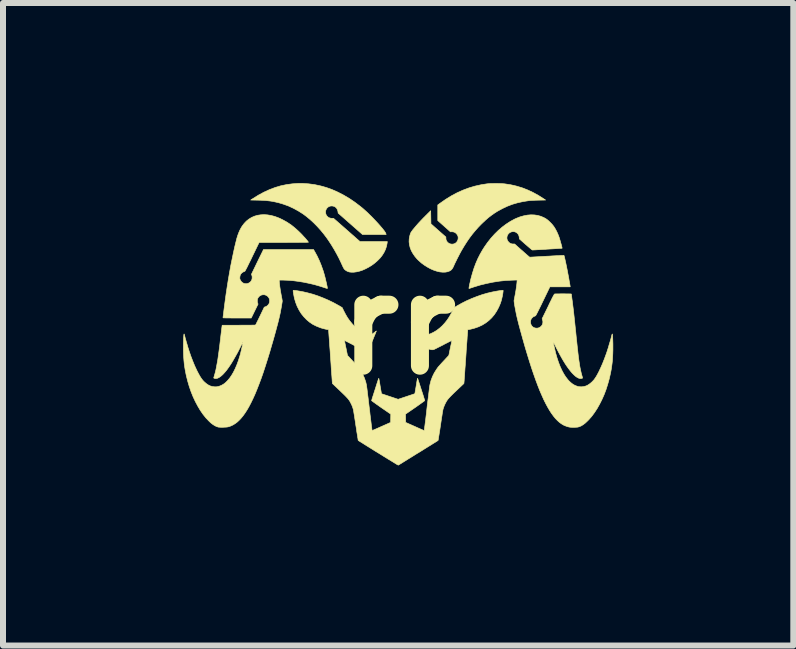
<source format=kicad_pcb>
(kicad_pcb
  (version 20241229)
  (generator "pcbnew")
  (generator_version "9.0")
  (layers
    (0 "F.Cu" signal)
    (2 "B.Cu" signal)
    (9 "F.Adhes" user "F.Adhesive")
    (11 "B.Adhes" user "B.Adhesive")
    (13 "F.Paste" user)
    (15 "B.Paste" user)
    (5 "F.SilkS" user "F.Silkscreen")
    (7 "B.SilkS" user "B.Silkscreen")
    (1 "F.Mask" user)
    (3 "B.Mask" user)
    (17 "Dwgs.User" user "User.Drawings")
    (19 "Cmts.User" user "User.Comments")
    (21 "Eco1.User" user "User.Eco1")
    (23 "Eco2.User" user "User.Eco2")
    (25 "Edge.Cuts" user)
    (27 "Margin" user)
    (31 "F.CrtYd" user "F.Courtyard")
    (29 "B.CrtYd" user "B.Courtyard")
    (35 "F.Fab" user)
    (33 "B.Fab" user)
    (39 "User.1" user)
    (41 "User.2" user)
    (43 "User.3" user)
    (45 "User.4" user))
  (footprint "rr"
    (layer "F.Cu")
    (at 3.582 2.352)
    (property "Reference" "rr" (at 0 0 0) (layer "F.SilkS") (effects (font (size 1.524 1.524) (thickness 0.3))))
    (attr through_hole)
    (fp_poly (pts (xy -1.591 -2.347) (xy -1.491 -2.34) (xy -1.392 -2.327) (xy -1.294 -2.306) (xy -1.197 -2.279) (xy -1.1 -2.244) (xy -1.005 -2.202) (xy -0.91 -2.153) (xy -0.815 -2.097) (xy -0.722 -2.034) (xy -0.629 -1.963) (xy -0.593 -1.934) (xy -0.567 -1.911) (xy -0.538 -1.885) (xy -0.507 -1.857) (xy -0.476 -1.826) (xy -0.444 -1.795) (xy -0.412 -1.762) (xy -0.381 -1.729) (xy -0.35 -1.696) (xy -0.321 -1.664) (xy -0.295 -1.634) (xy -0.27 -1.605) (xy -0.249 -1.579) (xy -0.231 -1.556) (xy -0.218 -1.537) (xy -0.209 -1.522) (xy -0.207 -1.517) (xy -0.203 -1.506) (xy -0.2 -1.499) (xy -0.2 -1.497) (xy -0.203 -1.496) (xy -0.213 -1.496) (xy -0.229 -1.496) (xy -0.251 -1.496) (xy -0.277 -1.495) (xy -0.306 -1.495) (xy -0.34 -1.495) (xy -0.376 -1.495) (xy -0.396 -1.495) (xy -0.593 -1.495) (xy -1 -1.853) (xy -1.002 -1.874) (xy -1.009 -1.902) (xy -1.021 -1.927) (xy -1.037 -1.946) (xy -1.058 -1.961) (xy -1.083 -1.969) (xy -1.105 -1.972) (xy -1.132 -1.969) (xy -1.156 -1.96) (xy -1.177 -1.945) (xy -1.193 -1.926) (xy -1.204 -1.903) (xy -1.209 -1.877) (xy -1.209 -1.869) (xy -1.206 -1.843) (xy -1.197 -1.819) (xy -1.182 -1.799) (xy -1.179 -1.796) (xy -1.16 -1.78) (xy -1.139 -1.771) (xy -1.115 -1.766) (xy -1.104 -1.766) (xy -1.077 -1.766) (xy -0.857 -1.573) (xy -0.637 -1.379) (xy -0.409 -1.379) (xy -0.181 -1.379) (xy -0.183 -1.356) (xy -0.193 -1.304) (xy -0.209 -1.253) (xy -0.232 -1.203) (xy -0.262 -1.154) (xy -0.298 -1.107) (xy -0.341 -1.063) (xy -0.39 -1.02) (xy -0.444 -0.98) (xy -0.446 -0.979) (xy -0.496 -0.949) (xy -0.546 -0.923) (xy -0.596 -0.901) (xy -0.645 -0.885) (xy -0.693 -0.874) (xy -0.738 -0.868) (xy -0.781 -0.868) (xy -0.811 -0.871) (xy -0.834 -0.878) (xy -0.858 -0.889) (xy -0.879 -0.903) (xy -0.89 -0.912) (xy -0.901 -0.925) (xy -0.911 -0.942) (xy -0.922 -0.964) (xy -0.953 -1.032) (xy -0.987 -1.103) (xy -1.025 -1.175) (xy -1.065 -1.246) (xy -1.106 -1.314) (xy -1.148 -1.379) (xy -1.185 -1.433) (xy -1.236 -1.501) (xy -1.29 -1.567) (xy -1.347 -1.63) (xy -1.406 -1.69) (xy -1.466 -1.745) (xy -1.526 -1.795) (xy -1.582 -1.837) (xy -1.661 -1.887) (xy -1.743 -1.932) (xy -1.827 -1.971) (xy -1.913 -2.002) (xy -1.994 -2.026) (xy -2.038 -2.036) (xy -2.079 -2.045) (xy -2.12 -2.052) (xy -2.161 -2.057) (xy -2.205 -2.062) (xy -2.252 -2.065) (xy -2.303 -2.067) (xy -2.343 -2.068) (xy -2.456 -2.07) (xy -2.415 -2.097) (xy -2.325 -2.153) (xy -2.234 -2.202) (xy -2.142 -2.244) (xy -2.049 -2.279) (xy -1.955 -2.307) (xy -1.86 -2.327) (xy -1.764 -2.34) (xy -1.666 -2.347) (xy -1.591 -2.347)) (stroke (width 0.01) (type solid)) (fill yes) (layer "F.SilkS"))
    (fp_poly (pts (xy 1.646 -2.346) (xy 1.682 -2.345) (xy 1.716 -2.344) (xy 1.747 -2.342) (xy 1.772 -2.34) (xy 1.78 -2.339) (xy 1.877 -2.324) (xy 1.972 -2.302) (xy 2.065 -2.274) (xy 2.155 -2.239) (xy 2.245 -2.197) (xy 2.333 -2.149) (xy 2.415 -2.097) (xy 2.456 -2.07) (xy 2.343 -2.068) (xy 2.308 -2.067) (xy 2.274 -2.066) (xy 2.243 -2.064) (xy 2.215 -2.063) (xy 2.191 -2.061) (xy 2.179 -2.06) (xy 2.083 -2.045) (xy 1.991 -2.025) (xy 1.902 -1.999) (xy 1.816 -1.966) (xy 1.732 -1.926) (xy 1.65 -1.881) (xy 1.6 -1.849) (xy 1.552 -1.815) (xy 1.505 -1.779) (xy 1.458 -1.738) (xy 1.409 -1.692) (xy 1.382 -1.666) (xy 1.329 -1.611) (xy 1.28 -1.555) (xy 1.233 -1.498) (xy 1.188 -1.438) (xy 1.144 -1.374) (xy 1.1 -1.305) (xy 1.056 -1.231) (xy 1.052 -1.224) (xy 1.039 -1.2) (xy 1.023 -1.171) (xy 1.007 -1.139) (xy 0.989 -1.105) (xy 0.972 -1.07) (xy 0.955 -1.036) (xy 0.94 -1.005) (xy 0.928 -0.978) (xy 0.922 -0.964) (xy 0.909 -0.938) (xy 0.894 -0.917) (xy 0.878 -0.901) (xy 0.857 -0.889) (xy 0.852 -0.886) (xy 0.82 -0.875) (xy 0.785 -0.869) (xy 0.745 -0.868) (xy 0.702 -0.872) (xy 0.693 -0.873) (xy 0.643 -0.885) (xy 0.592 -0.902) (xy 0.539 -0.925) (xy 0.488 -0.953) (xy 0.437 -0.985) (xy 0.389 -1.02) (xy 0.346 -1.058) (xy 0.318 -1.085) (xy 0.279 -1.131) (xy 0.246 -1.179) (xy 0.219 -1.227) (xy 0.2 -1.276) (xy 0.188 -1.325) (xy 0.182 -1.374) (xy 0.184 -1.423) (xy 0.193 -1.472) (xy 0.203 -1.506) (xy 0.208 -1.519) (xy 0.213 -1.53) (xy 0.22 -1.541) (xy 0.229 -1.553) (xy 0.24 -1.569) (xy 0.254 -1.586) (xy 0.295 -1.635) (xy 0.335 -1.681) (xy 0.376 -1.725) (xy 0.419 -1.77) (xy 0.463 -1.814) (xy 0.542 -1.892) (xy 0.546 -1.674) (xy 0.67 -1.564) (xy 0.795 -1.454) (xy 0.795 -1.434) (xy 0.798 -1.409) (xy 0.808 -1.387) (xy 0.822 -1.367) (xy 0.841 -1.352) (xy 0.863 -1.341) (xy 0.887 -1.336) (xy 0.912 -1.336) (xy 0.933 -1.341) (xy 0.955 -1.352) (xy 0.974 -1.369) (xy 0.988 -1.39) (xy 0.997 -1.414) (xy 1 -1.439) (xy 0.997 -1.465) (xy 0.996 -1.467) (xy 0.987 -1.488) (xy 0.972 -1.508) (xy 0.954 -1.524) (xy 0.934 -1.535) (xy 0.928 -1.537) (xy 0.913 -1.54) (xy 0.897 -1.542) (xy 0.889 -1.542) (xy 0.872 -1.54) (xy 0.766 -1.634) (xy 0.66 -1.728) (xy 0.66 -1.988) (xy 0.698 -2.016) (xy 0.791 -2.081) (xy 0.885 -2.139) (xy 0.982 -2.191) (xy 1.08 -2.235) (xy 1.179 -2.272) (xy 1.28 -2.302) (xy 1.383 -2.325) (xy 1.486 -2.341) (xy 1.49 -2.341) (xy 1.512 -2.343) (xy 1.541 -2.345) (xy 1.574 -2.345) (xy 1.609 -2.346) (xy 1.646 -2.346)) (stroke (width 0.01) (type solid)) (fill yes) (layer "F.SilkS"))
    (fp_poly (pts (xy -2.177 -1.823) (xy -2.117 -1.813) (xy -2.056 -1.797) (xy -1.994 -1.774) (xy -1.931 -1.745) (xy -1.867 -1.71) (xy -1.863 -1.708) (xy -1.821 -1.681) (xy -1.781 -1.654) (xy -1.743 -1.624) (xy -1.704 -1.591) (xy -1.663 -1.554) (xy -1.627 -1.519) (xy -1.607 -1.499) (xy -1.587 -1.477) (xy -1.568 -1.456) (xy -1.549 -1.436) (xy -1.532 -1.416) (xy -1.518 -1.399) (xy -1.506 -1.385) (xy -1.499 -1.374) (xy -1.495 -1.368) (xy -1.495 -1.367) (xy -1.499 -1.367) (xy -1.509 -1.367) (xy -1.526 -1.366) (xy -1.548 -1.366) (xy -1.576 -1.365) (xy -1.609 -1.365) (xy -1.647 -1.365) (xy -1.688 -1.364) (xy -1.733 -1.364) (xy -1.782 -1.364) (xy -1.833 -1.364) (xy -1.886 -1.363) (xy -1.906 -1.363) (xy -2.316 -1.363) (xy -2.433 -1.122) (xy -2.457 -1.071) (xy -2.48 -1.026) (xy -2.499 -0.987) (xy -2.515 -0.954) (xy -2.529 -0.927) (xy -2.54 -0.906) (xy -2.548 -0.892) (xy -2.553 -0.884) (xy -2.555 -0.882) (xy -2.565 -0.879) (xy -2.578 -0.873) (xy -2.592 -0.865) (xy -2.604 -0.856) (xy -2.607 -0.853) (xy -2.622 -0.836) (xy -2.631 -0.817) (xy -2.636 -0.794) (xy -2.637 -0.785) (xy -2.638 -0.77) (xy -2.637 -0.759) (xy -2.634 -0.749) (xy -2.628 -0.736) (xy -2.627 -0.735) (xy -2.613 -0.712) (xy -2.594 -0.695) (xy -2.573 -0.683) (xy -2.55 -0.677) (xy -2.526 -0.676) (xy -2.503 -0.681) (xy -2.481 -0.691) (xy -2.461 -0.706) (xy -2.445 -0.727) (xy -2.442 -0.734) (xy -2.434 -0.754) (xy -2.432 -0.778) (xy -2.433 -0.801) (xy -2.437 -0.815) (xy -2.444 -0.833) (xy -2.344 -1.04) (xy -2.243 -1.246) (xy -1.41 -1.246) (xy -1.389 -1.21) (xy -1.35 -1.139) (xy -1.314 -1.063) (xy -1.281 -0.982) (xy -1.252 -0.9) (xy -1.246 -0.884) (xy -1.239 -0.859) (xy -1.231 -0.831) (xy -1.223 -0.802) (xy -1.215 -0.772) (xy -1.208 -0.741) (xy -1.201 -0.712) (xy -1.194 -0.684) (xy -1.189 -0.658) (xy -1.184 -0.636) (xy -1.181 -0.618) (xy -1.179 -0.605) (xy -1.179 -0.598) (xy -1.18 -0.597) (xy -1.184 -0.598) (xy -1.193 -0.6) (xy -1.207 -0.604) (xy -1.224 -0.61) (xy -1.234 -0.613) (xy -1.316 -0.639) (xy -1.4 -0.663) (xy -1.487 -0.683) (xy -1.574 -0.701) (xy -1.661 -0.715) (xy -1.745 -0.726) (xy -1.827 -0.733) (xy -1.904 -0.736) (xy -1.926 -0.737) (xy -1.981 -0.737) (xy -1.981 -0.727) (xy -1.98 -0.711) (xy -1.978 -0.689) (xy -1.975 -0.663) (xy -1.972 -0.633) (xy -1.967 -0.6) (xy -1.962 -0.566) (xy -1.956 -0.532) (xy -1.95 -0.499) (xy -1.944 -0.468) (xy -1.943 -0.462) (xy -1.939 -0.441) (xy -1.935 -0.422) (xy -1.933 -0.406) (xy -1.931 -0.394) (xy -1.93 -0.389) (xy -1.931 -0.381) (xy -1.933 -0.366) (xy -1.936 -0.347) (xy -1.94 -0.324) (xy -1.944 -0.298) (xy -1.949 -0.271) (xy -1.954 -0.244) (xy -1.959 -0.218) (xy -1.963 -0.194) (xy -1.965 -0.185) (xy -1.976 -0.135) (xy -1.989 -0.08) (xy -2.004 -0.019) (xy -2.022 0.047) (xy -2.041 0.119) (xy -2.063 0.198) (xy -2.087 0.283) (xy -2.103 0.337) (xy -2.14 0.465) (xy -2.177 0.585) (xy -2.213 0.698) (xy -2.248 0.805) (xy -2.283 0.905) (xy -2.318 0.998) (xy -2.352 1.085) (xy -2.385 1.165) (xy -2.419 1.24) (xy -2.452 1.308) (xy -2.485 1.371) (xy -2.518 1.428) (xy -2.551 1.479) (xy -2.584 1.525) (xy -2.617 1.565) (xy -2.651 1.601) (xy -2.684 1.631) (xy -2.718 1.656) (xy -2.753 1.677) (xy -2.763 1.682) (xy -2.787 1.693) (xy -2.808 1.701) (xy -2.828 1.707) (xy -2.849 1.711) (xy -2.874 1.713) (xy -2.903 1.714) (xy -2.912 1.715) (xy -2.934 1.715) (xy -2.955 1.715) (xy -2.973 1.714) (xy -2.987 1.713) (xy -2.993 1.713) (xy -3.022 1.704) (xy -3.054 1.689) (xy -3.088 1.667) (xy -3.123 1.64) (xy -3.155 1.609) (xy -3.204 1.557) (xy -3.251 1.498) (xy -3.296 1.433) (xy -3.338 1.362) (xy -3.378 1.287) (xy -3.415 1.208) (xy -3.449 1.124) (xy -3.479 1.038) (xy -3.505 0.949) (xy -3.528 0.858) (xy -3.536 0.82) (xy -3.547 0.763) (xy -3.556 0.709) (xy -3.563 0.658) (xy -3.568 0.607) (xy -3.572 0.554) (xy -3.575 0.497) (xy -3.577 0.436) (xy -3.577 0.43) (xy -3.577 0.395) (xy -3.577 0.36) (xy -3.577 0.325) (xy -3.576 0.291) (xy -3.575 0.259) (xy -3.574 0.23) (xy -3.572 0.205) (xy -3.571 0.185) (xy -3.569 0.17) (xy -3.567 0.162) (xy -3.565 0.161) (xy -3.563 0.167) (xy -3.559 0.18) (xy -3.558 0.184) (xy -3.553 0.203) (xy -3.547 0.227) (xy -3.539 0.256) (xy -3.53 0.288) (xy -3.52 0.321) (xy -3.51 0.354) (xy -3.501 0.387) (xy -3.491 0.416) (xy -3.483 0.443) (xy -3.483 0.443) (xy -3.453 0.53) (xy -3.422 0.611) (xy -3.391 0.687) (xy -3.358 0.758) (xy -3.342 0.791) (xy -3.322 0.828) (xy -3.305 0.859) (xy -3.289 0.885) (xy -3.273 0.908) (xy -3.258 0.928) (xy -3.241 0.947) (xy -3.232 0.956) (xy -3.198 0.986) (xy -3.165 1.009) (xy -3.131 1.026) (xy -3.095 1.036) (xy -3.057 1.041) (xy -3.057 1.041) (xy -3.028 1.041) (xy -3.002 1.037) (xy -2.977 1.03) (xy -2.949 1.019) (xy -2.947 1.018) (xy -2.921 1.004) (xy -2.896 0.988) (xy -2.872 0.968) (xy -2.847 0.943) (xy -2.842 0.938) (xy -2.808 0.898) (xy -2.775 0.851) (xy -2.744 0.798) (xy -2.714 0.738) (xy -2.686 0.672) (xy -2.66 0.601) (xy -2.636 0.524) (xy -2.623 0.477) (xy -2.619 0.458) (xy -2.613 0.435) (xy -2.608 0.411) (xy -2.602 0.387) (xy -2.597 0.363) (xy -2.592 0.341) (xy -2.588 0.322) (xy -2.585 0.308) (xy -2.584 0.298) (xy -2.584 0.296) (xy -2.585 0.298) (xy -2.589 0.305) (xy -2.596 0.318) (xy -2.605 0.335) (xy -2.616 0.355) (xy -2.628 0.378) (xy -2.634 0.391) (xy -2.674 0.469) (xy -2.714 0.54) (xy -2.752 0.606) (xy -2.788 0.665) (xy -2.824 0.718) (xy -2.858 0.765) (xy -2.891 0.804) (xy -2.922 0.838) (xy -2.952 0.864) (xy -2.98 0.884) (xy -3.006 0.897) (xy -3.009 0.898) (xy -3.027 0.902) (xy -3.043 0.903) (xy -3.06 0.9) (xy -3.069 0.896) (xy -3.072 0.892) (xy -3.072 0.89) (xy -3.07 0.885) (xy -3.067 0.874) (xy -3.063 0.86) (xy -3.059 0.846) (xy -3.05 0.815) (xy -3.041 0.781) (xy -3.033 0.744) (xy -3.025 0.703) (xy -3.017 0.659) (xy -3.008 0.611) (xy -3 0.558) (xy -2.992 0.5) (xy -2.983 0.436) (xy -2.974 0.366) (xy -2.965 0.29) (xy -2.956 0.214) (xy -2.952 0.179) (xy -2.948 0.146) (xy -2.944 0.115) (xy -2.941 0.088) (xy -2.938 0.065) (xy -2.936 0.047) (xy -2.934 0.034) (xy -2.933 0.028) (xy -2.931 0.015) (xy -2.654 0.015) (xy -2.601 0.014) (xy -2.554 0.014) (xy -2.514 0.014) (xy -2.479 0.014) (xy -2.451 0.014) (xy -2.427 0.013) (xy -2.409 0.013) (xy -2.394 0.013) (xy -2.384 0.012) (xy -2.378 0.011) (xy -2.375 0.01) (xy -2.374 0.01) (xy -2.372 0.006) (xy -2.367 -0.004) (xy -2.359 -0.019) (xy -2.35 -0.039) (xy -2.338 -0.062) (xy -2.325 -0.089) (xy -2.311 -0.118) (xy -2.3 -0.14) (xy -2.23 -0.286) (xy -2.211 -0.292) (xy -2.19 -0.302) (xy -2.171 -0.317) (xy -2.155 -0.337) (xy -2.153 -0.34) (xy -2.145 -0.36) (xy -2.141 -0.383) (xy -2.142 -0.407) (xy -2.147 -0.429) (xy -2.148 -0.431) (xy -2.162 -0.454) (xy -2.18 -0.472) (xy -2.201 -0.484) (xy -2.225 -0.492) (xy -2.251 -0.493) (xy -2.276 -0.488) (xy -2.289 -0.482) (xy -2.308 -0.471) (xy -2.323 -0.456) (xy -2.336 -0.437) (xy -2.338 -0.434) (xy -2.343 -0.42) (xy -2.346 -0.402) (xy -2.346 -0.383) (xy -2.344 -0.365) (xy -2.34 -0.351) (xy -2.34 -0.35) (xy -2.333 -0.338) (xy -2.39 -0.222) (xy -2.447 -0.105) (xy -2.682 -0.105) (xy -2.734 -0.105) (xy -2.778 -0.105) (xy -2.816 -0.106) (xy -2.847 -0.106) (xy -2.872 -0.106) (xy -2.891 -0.107) (xy -2.905 -0.107) (xy -2.914 -0.108) (xy -2.917 -0.109) (xy -2.917 -0.109) (xy -2.917 -0.114) (xy -2.916 -0.124) (xy -2.914 -0.141) (xy -2.911 -0.161) (xy -2.908 -0.186) (xy -2.905 -0.213) (xy -2.903 -0.23) (xy -2.885 -0.368) (xy -2.867 -0.5) (xy -2.848 -0.626) (xy -2.829 -0.746) (xy -2.809 -0.862) (xy -2.789 -0.974) (xy -2.767 -1.082) (xy -2.745 -1.188) (xy -2.722 -1.292) (xy -2.701 -1.377) (xy -2.687 -1.433) (xy -2.671 -1.484) (xy -2.654 -1.529) (xy -2.636 -1.57) (xy -2.616 -1.607) (xy -2.599 -1.635) (xy -2.565 -1.68) (xy -2.527 -1.72) (xy -2.485 -1.753) (xy -2.441 -1.78) (xy -2.393 -1.801) (xy -2.343 -1.816) (xy -2.289 -1.824) (xy -2.234 -1.827) (xy -2.177 -1.823)) (stroke (width 0.01) (type solid)) (fill yes) (layer "F.SilkS"))
    (fp_poly (pts (xy 2.269 -1.822) (xy 2.324 -1.814) (xy 2.377 -1.799) (xy 2.428 -1.777) (xy 2.459 -1.76) (xy 2.483 -1.743) (xy 2.509 -1.721) (xy 2.535 -1.696) (xy 2.561 -1.669) (xy 2.583 -1.642) (xy 2.599 -1.62) (xy 2.621 -1.584) (xy 2.642 -1.544) (xy 2.661 -1.502) (xy 2.677 -1.461) (xy 2.681 -1.45) (xy 2.687 -1.432) (xy 2.693 -1.411) (xy 2.7 -1.388) (xy 2.706 -1.365) (xy 2.713 -1.342) (xy 2.719 -1.32) (xy 2.724 -1.301) (xy 2.728 -1.285) (xy 2.73 -1.274) (xy 2.731 -1.268) (xy 2.731 -1.267) (xy 2.727 -1.267) (xy 2.717 -1.266) (xy 2.701 -1.265) (xy 2.68 -1.264) (xy 2.654 -1.262) (xy 2.625 -1.26) (xy 2.593 -1.258) (xy 2.559 -1.256) (xy 2.523 -1.254) (xy 2.486 -1.252) (xy 2.449 -1.249) (xy 2.413 -1.247) (xy 2.378 -1.245) (xy 2.346 -1.243) (xy 2.316 -1.242) (xy 2.29 -1.24) (xy 2.267 -1.239) (xy 2.25 -1.238) (xy 2.239 -1.238) (xy 2.235 -1.237) (xy 2.231 -1.24) (xy 2.222 -1.246) (xy 2.209 -1.257) (xy 2.193 -1.271) (xy 2.174 -1.287) (xy 2.152 -1.306) (xy 2.129 -1.326) (xy 2.124 -1.33) (xy 2.019 -1.423) (xy 2.017 -1.447) (xy 2.012 -1.474) (xy 2.001 -1.497) (xy 1.986 -1.516) (xy 1.967 -1.53) (xy 1.946 -1.54) (xy 1.923 -1.544) (xy 1.9 -1.543) (xy 1.876 -1.536) (xy 1.854 -1.524) (xy 1.836 -1.507) (xy 1.822 -1.486) (xy 1.814 -1.463) (xy 1.811 -1.439) (xy 1.814 -1.416) (xy 1.823 -1.394) (xy 1.836 -1.375) (xy 1.853 -1.358) (xy 1.873 -1.346) (xy 1.897 -1.339) (xy 1.916 -1.338) (xy 1.94 -1.338) (xy 2.05 -1.24) (xy 2.075 -1.219) (xy 2.098 -1.198) (xy 2.12 -1.179) (xy 2.139 -1.162) (xy 2.155 -1.148) (xy 2.167 -1.138) (xy 2.174 -1.131) (xy 2.176 -1.13) (xy 2.191 -1.118) (xy 2.475 -1.134) (xy 2.52 -1.136) (xy 2.562 -1.139) (xy 2.602 -1.141) (xy 2.639 -1.143) (xy 2.672 -1.144) (xy 2.701 -1.146) (xy 2.725 -1.147) (xy 2.743 -1.147) (xy 2.755 -1.148) (xy 2.761 -1.148) (xy 2.762 -1.147) (xy 2.764 -1.142) (xy 2.767 -1.131) (xy 2.772 -1.113) (xy 2.777 -1.09) (xy 2.783 -1.063) (xy 2.79 -1.032) (xy 2.797 -0.998) (xy 2.805 -0.962) (xy 2.812 -0.924) (xy 2.82 -0.885) (xy 2.827 -0.845) (xy 2.835 -0.805) (xy 2.842 -0.767) (xy 2.848 -0.73) (xy 2.852 -0.709) (xy 2.856 -0.688) (xy 2.859 -0.668) (xy 2.862 -0.652) (xy 2.864 -0.64) (xy 2.865 -0.634) (xy 2.866 -0.624) (xy 2.527 -0.624) (xy 2.411 -0.384) (xy 2.387 -0.334) (xy 2.365 -0.289) (xy 2.346 -0.251) (xy 2.33 -0.219) (xy 2.317 -0.193) (xy 2.306 -0.172) (xy 2.298 -0.157) (xy 2.292 -0.147) (xy 2.289 -0.142) (xy 2.288 -0.142) (xy 2.27 -0.134) (xy 2.256 -0.128) (xy 2.246 -0.121) (xy 2.238 -0.114) (xy 2.235 -0.111) (xy 2.218 -0.092) (xy 2.209 -0.07) (xy 2.205 -0.045) (xy 2.205 -0.038) (xy 2.208 -0.011) (xy 2.217 0.013) (xy 2.232 0.034) (xy 2.252 0.05) (xy 2.276 0.06) (xy 2.299 0.064) (xy 2.325 0.063) (xy 2.349 0.056) (xy 2.37 0.043) (xy 2.388 0.026) (xy 2.401 0.006) (xy 2.409 -0.018) (xy 2.411 -0.043) (xy 2.406 -0.069) (xy 2.404 -0.074) (xy 2.398 -0.093) (xy 2.498 -0.297) (xy 2.518 -0.34) (xy 2.536 -0.377) (xy 2.552 -0.408) (xy 2.564 -0.434) (xy 2.575 -0.455) (xy 2.584 -0.471) (xy 2.591 -0.484) (xy 2.596 -0.493) (xy 2.6 -0.499) (xy 2.603 -0.503) (xy 2.606 -0.505) (xy 2.606 -0.505) (xy 2.612 -0.506) (xy 2.624 -0.506) (xy 2.641 -0.507) (xy 2.662 -0.507) (xy 2.686 -0.507) (xy 2.712 -0.508) (xy 2.739 -0.508) (xy 2.767 -0.508) (xy 2.793 -0.507) (xy 2.818 -0.507) (xy 2.841 -0.507) (xy 2.86 -0.506) (xy 2.874 -0.506) (xy 2.882 -0.505) (xy 2.885 -0.505) (xy 2.885 -0.5) (xy 2.887 -0.49) (xy 2.889 -0.474) (xy 2.891 -0.455) (xy 2.894 -0.432) (xy 2.895 -0.423) (xy 2.903 -0.368) (xy 2.91 -0.307) (xy 2.919 -0.239) (xy 2.927 -0.164) (xy 2.936 -0.083) (xy 2.945 0.005) (xy 2.955 0.101) (xy 2.959 0.138) (xy 2.967 0.219) (xy 2.975 0.292) (xy 2.982 0.36) (xy 2.989 0.421) (xy 2.995 0.477) (xy 3.001 0.528) (xy 3.007 0.575) (xy 3.013 0.617) (xy 3.019 0.655) (xy 3.024 0.69) (xy 3.03 0.722) (xy 3.036 0.752) (xy 3.042 0.779) (xy 3.048 0.805) (xy 3.054 0.83) (xy 3.061 0.854) (xy 3.068 0.878) (xy 3.071 0.888) (xy 3.072 0.893) (xy 3.069 0.897) (xy 3.06 0.9) (xy 3.043 0.903) (xy 3.027 0.902) (xy 3.009 0.898) (xy 2.984 0.886) (xy 2.957 0.868) (xy 2.929 0.843) (xy 2.899 0.813) (xy 2.867 0.775) (xy 2.834 0.732) (xy 2.8 0.684) (xy 2.78 0.653) (xy 2.751 0.606) (xy 2.722 0.556) (xy 2.692 0.502) (xy 2.66 0.442) (xy 2.634 0.391) (xy 2.622 0.366) (xy 2.61 0.344) (xy 2.601 0.326) (xy 2.593 0.311) (xy 2.587 0.301) (xy 2.584 0.296) (xy 2.584 0.296) (xy 2.584 0.303) (xy 2.587 0.315) (xy 2.59 0.332) (xy 2.594 0.353) (xy 2.6 0.376) (xy 2.605 0.4) (xy 2.611 0.425) (xy 2.616 0.448) (xy 2.621 0.469) (xy 2.623 0.477) (xy 2.646 0.558) (xy 2.671 0.633) (xy 2.698 0.703) (xy 2.727 0.766) (xy 2.758 0.824) (xy 2.79 0.874) (xy 2.824 0.918) (xy 2.842 0.939) (xy 2.868 0.964) (xy 2.893 0.985) (xy 2.917 1.002) (xy 2.943 1.016) (xy 2.947 1.018) (xy 2.975 1.029) (xy 3 1.037) (xy 3.026 1.04) (xy 3.055 1.041) (xy 3.057 1.041) (xy 3.095 1.036) (xy 3.131 1.026) (xy 3.165 1.009) (xy 3.198 0.986) (xy 3.232 0.956) (xy 3.232 0.956) (xy 3.249 0.938) (xy 3.266 0.919) (xy 3.281 0.897) (xy 3.297 0.873) (xy 3.314 0.844) (xy 3.332 0.81) (xy 3.342 0.791) (xy 3.375 0.721) (xy 3.407 0.648) (xy 3.438 0.569) (xy 3.469 0.485) (xy 3.483 0.443) (xy 3.491 0.417) (xy 3.501 0.387) (xy 3.51 0.354) (xy 3.52 0.321) (xy 3.53 0.288) (xy 3.539 0.256) (xy 3.547 0.227) (xy 3.553 0.203) (xy 3.558 0.184) (xy 3.558 0.184) (xy 3.562 0.169) (xy 3.565 0.162) (xy 3.567 0.161) (xy 3.567 0.162) (xy 3.569 0.171) (xy 3.571 0.186) (xy 3.573 0.207) (xy 3.574 0.233) (xy 3.575 0.262) (xy 3.576 0.294) (xy 3.577 0.328) (xy 3.577 0.363) (xy 3.577 0.398) (xy 3.577 0.43) (xy 3.575 0.492) (xy 3.572 0.549) (xy 3.569 0.602) (xy 3.563 0.654) (xy 3.556 0.705) (xy 3.548 0.758) (xy 3.537 0.815) (xy 3.536 0.82) (xy 3.515 0.912) (xy 3.49 1.001) (xy 3.462 1.089) (xy 3.43 1.173) (xy 3.394 1.254) (xy 3.355 1.331) (xy 3.314 1.404) (xy 3.27 1.471) (xy 3.224 1.533) (xy 3.176 1.588) (xy 3.155 1.609) (xy 3.118 1.644) (xy 3.083 1.671) (xy 3.049 1.692) (xy 3.016 1.706) (xy 2.989 1.713) (xy 2.974 1.714) (xy 2.953 1.715) (xy 2.93 1.716) (xy 2.906 1.716) (xy 2.883 1.715) (xy 2.863 1.714) (xy 2.853 1.712) (xy 2.829 1.707) (xy 2.802 1.698) (xy 2.775 1.688) (xy 2.752 1.677) (xy 2.719 1.657) (xy 2.686 1.633) (xy 2.653 1.603) (xy 2.62 1.569) (xy 2.588 1.53) (xy 2.555 1.485) (xy 2.523 1.436) (xy 2.491 1.381) (xy 2.458 1.32) (xy 2.425 1.254) (xy 2.393 1.182) (xy 2.359 1.104) (xy 2.326 1.02) (xy 2.292 0.929) (xy 2.258 0.833) (xy 2.223 0.73) (xy 2.188 0.621) (xy 2.152 0.504) (xy 2.115 0.381) (xy 2.078 0.251) (xy 2.04 0.114) (xy 2.039 0.111) (xy 2.021 0.044) (xy 2.005 -0.016) (xy 1.991 -0.073) (xy 1.978 -0.126) (xy 1.967 -0.177) (xy 1.965 -0.185) (xy 1.961 -0.208) (xy 1.956 -0.233) (xy 1.951 -0.26) (xy 1.946 -0.287) (xy 1.941 -0.313) (xy 1.937 -0.338) (xy 1.934 -0.359) (xy 1.932 -0.375) (xy 1.931 -0.387) (xy 1.93 -0.389) (xy 1.931 -0.396) (xy 1.933 -0.409) (xy 1.936 -0.426) (xy 1.94 -0.446) (xy 1.943 -0.462) (xy 1.949 -0.493) (xy 1.955 -0.526) (xy 1.961 -0.561) (xy 1.966 -0.595) (xy 1.971 -0.628) (xy 1.975 -0.659) (xy 1.978 -0.686) (xy 1.98 -0.709) (xy 1.981 -0.725) (xy 1.981 -0.727) (xy 1.981 -0.738) (xy 1.895 -0.735) (xy 1.792 -0.73) (xy 1.687 -0.719) (xy 1.579 -0.702) (xy 1.472 -0.68) (xy 1.365 -0.654) (xy 1.26 -0.622) (xy 1.234 -0.613) (xy 1.216 -0.607) (xy 1.2 -0.602) (xy 1.188 -0.599) (xy 1.181 -0.597) (xy 1.18 -0.597) (xy 1.179 -0.602) (xy 1.181 -0.612) (xy 1.183 -0.627) (xy 1.187 -0.647) (xy 1.191 -0.669) (xy 1.197 -0.694) (xy 1.202 -0.719) (xy 1.208 -0.745) (xy 1.212 -0.76) (xy 1.237 -0.851) (xy 1.264 -0.937) (xy 1.294 -1.017) (xy 1.327 -1.093) (xy 1.364 -1.166) (xy 1.405 -1.238) (xy 1.436 -1.287) (xy 1.489 -1.363) (xy 1.546 -1.435) (xy 1.606 -1.502) (xy 1.669 -1.564) (xy 1.734 -1.62) (xy 1.801 -1.67) (xy 1.869 -1.714) (xy 1.939 -1.752) (xy 1.965 -1.764) (xy 2.028 -1.789) (xy 2.091 -1.807) (xy 2.152 -1.819) (xy 2.211 -1.824) (xy 2.269 -1.822)) (stroke (width 0.01) (type solid)) (fill yes) (layer "F.SilkS"))
    (fp_poly (pts (xy 1.746 -0.565) (xy 1.748 -0.564) (xy 1.749 -0.56) (xy 1.748 -0.549) (xy 1.746 -0.534) (xy 1.744 -0.516) (xy 1.74 -0.496) (xy 1.737 -0.475) (xy 1.732 -0.454) (xy 1.728 -0.436) (xy 1.727 -0.431) (xy 1.715 -0.386) (xy 1.701 -0.345) (xy 1.684 -0.305) (xy 1.673 -0.28) (xy 1.639 -0.217) (xy 1.601 -0.16) (xy 1.558 -0.109) (xy 1.51 -0.063) (xy 1.458 -0.023) (xy 1.401 0.012) (xy 1.339 0.041) (xy 1.273 0.064) (xy 1.22 0.078) (xy 1.203 0.082) (xy 1.188 0.085) (xy 1.176 0.087) (xy 1.171 0.087) (xy 1.163 0.089) (xy 1.159 0.092) (xy 1.159 0.096) (xy 1.158 0.107) (xy 1.157 0.124) (xy 1.155 0.147) (xy 1.153 0.176) (xy 1.15 0.209) (xy 1.148 0.247) (xy 1.145 0.289) (xy 1.141 0.335) (xy 1.138 0.384) (xy 1.134 0.435) (xy 1.131 0.489) (xy 1.129 0.519) (xy 1.125 0.574) (xy 1.121 0.628) (xy 1.118 0.679) (xy 1.114 0.727) (xy 1.111 0.773) (xy 1.108 0.814) (xy 1.106 0.852) (xy 1.103 0.885) (xy 1.101 0.913) (xy 1.1 0.935) (xy 1.098 0.952) (xy 1.098 0.961) (xy 1.097 0.964) (xy 1.095 0.986) (xy 0.978 1.097) (xy 0.945 1.128) (xy 0.917 1.155) (xy 0.894 1.178) (xy 0.874 1.198) (xy 0.858 1.215) (xy 0.844 1.23) (xy 0.833 1.243) (xy 0.823 1.255) (xy 0.815 1.267) (xy 0.808 1.277) (xy 0.787 1.315) (xy 0.768 1.356) (xy 0.753 1.397) (xy 0.745 1.425) (xy 0.744 1.432) (xy 0.742 1.446) (xy 0.738 1.466) (xy 0.734 1.491) (xy 0.73 1.521) (xy 0.724 1.554) (xy 0.719 1.591) (xy 0.713 1.63) (xy 0.707 1.671) (xy 0.704 1.69) (xy 0.698 1.731) (xy 0.692 1.77) (xy 0.686 1.806) (xy 0.681 1.839) (xy 0.676 1.868) (xy 0.672 1.893) (xy 0.669 1.912) (xy 0.667 1.926) (xy 0.665 1.933) (xy 0.665 1.935) (xy 0.661 1.937) (xy 0.652 1.943) (xy 0.638 1.952) (xy 0.619 1.964) (xy 0.596 1.978) (xy 0.569 1.995) (xy 0.539 2.014) (xy 0.506 2.034) (xy 0.471 2.056) (xy 0.434 2.079) (xy 0.396 2.103) (xy 0.357 2.127) (xy 0.317 2.151) (xy 0.278 2.175) (xy 0.24 2.199) (xy 0.203 2.222) (xy 0.167 2.244) (xy 0.134 2.265) (xy 0.103 2.284) (xy 0.076 2.301) (xy 0.052 2.316) (xy 0.032 2.328) (xy 0.017 2.337) (xy 0.007 2.343) (xy 0.002 2.346) (xy 0.002 2.346) (xy -0.002 2.344) (xy -0.011 2.339) (xy -0.026 2.331) (xy -0.045 2.319) (xy -0.069 2.304) (xy -0.097 2.287) (xy -0.129 2.267) (xy -0.165 2.246) (xy -0.203 2.222) (xy -0.244 2.197) (xy -0.287 2.17) (xy -0.331 2.143) (xy -0.332 2.142) (xy -0.377 2.115) (xy -0.42 2.088) (xy -0.46 2.063) (xy -0.499 2.039) (xy -0.534 2.017) (xy -0.566 1.997) (xy -0.594 1.979) (xy -0.618 1.964) (xy -0.638 1.952) (xy -0.652 1.943) (xy -0.661 1.937) (xy -0.665 1.935) (xy -0.665 1.935) (xy -0.666 1.931) (xy -0.668 1.92) (xy -0.67 1.904) (xy -0.674 1.882) (xy -0.678 1.855) (xy -0.683 1.824) (xy -0.689 1.79) (xy -0.694 1.752) (xy -0.7 1.712) (xy -0.704 1.69) (xy -0.71 1.648) (xy -0.716 1.608) (xy -0.722 1.57) (xy -0.727 1.535) (xy -0.732 1.504) (xy -0.737 1.477) (xy -0.74 1.455) (xy -0.743 1.438) (xy -0.745 1.427) (xy -0.745 1.425) (xy -0.757 1.385) (xy -0.773 1.344) (xy -0.793 1.304) (xy -0.808 1.277) (xy -0.816 1.265) (xy -0.825 1.254) (xy -0.834 1.241) (xy -0.846 1.228) (xy -0.86 1.213) (xy -0.877 1.195) (xy -0.897 1.175) (xy -0.921 1.152) (xy -0.949 1.125) (xy -0.978 1.097) (xy -1.095 0.986) (xy -1.097 0.964) (xy -1.098 0.957) (xy -1.099 0.944) (xy -1.1 0.925) (xy -1.102 0.899) (xy -1.104 0.869) (xy -1.107 0.833) (xy -1.11 0.793) (xy -1.113 0.75) (xy -1.116 0.703) (xy -1.119 0.653) (xy -1.123 0.6) (xy -1.127 0.546) (xy -1.129 0.519) (xy -1.132 0.464) (xy -1.136 0.411) (xy -1.14 0.361) (xy -1.143 0.314) (xy -1.146 0.269) (xy -1.149 0.229) (xy -1.152 0.193) (xy -1.154 0.162) (xy -1.156 0.136) (xy -1.157 0.115) (xy -1.158 0.101) (xy -1.159 0.093) (xy -1.159 0.092) (xy -1.164 0.088) (xy -1.171 0.087) (xy -1.182 0.086) (xy -1.197 0.083) (xy -1.217 0.079) (xy -1.239 0.073) (xy -1.262 0.067) (xy -1.284 0.061) (xy -1.298 0.056) (xy -1.361 0.031) (xy -1.421 0.001) (xy -1.476 -0.036) (xy -1.526 -0.078) (xy -1.572 -0.126) (xy -1.614 -0.178) (xy -1.65 -0.236) (xy -1.682 -0.299) (xy -1.708 -0.366) (xy -1.727 -0.431) (xy -1.731 -0.449) (xy -1.735 -0.469) (xy -1.739 -0.49) (xy -1.743 -0.51) (xy -1.746 -0.529) (xy -1.748 -0.545) (xy -1.749 -0.557) (xy -1.748 -0.564) (xy -1.748 -0.564) (xy -1.743 -0.566) (xy -1.731 -0.565) (xy -1.714 -0.564) (xy -1.693 -0.561) (xy -1.668 -0.557) (xy -1.64 -0.552) (xy -1.611 -0.547) (xy -1.58 -0.541) (xy -1.55 -0.534) (xy -1.52 -0.527) (xy -1.507 -0.524) (xy -1.421 -0.501) (xy -1.334 -0.472) (xy -1.247 -0.438) (xy -1.161 -0.401) (xy -1.078 -0.361) (xy -1 -0.318) (xy -0.98 -0.307) (xy -0.932 -0.278) (xy -0.909 -0.23) (xy -0.876 -0.166) (xy -0.842 -0.108) (xy -0.805 -0.056) (xy -0.765 -0.008) (xy -0.735 0.024) (xy -0.686 0.068) (xy -0.636 0.105) (xy -0.584 0.136) (xy -0.531 0.16) (xy -0.485 0.174) (xy -0.456 0.182) (xy -0.438 0.167) (xy -0.426 0.158) (xy -0.411 0.147) (xy -0.396 0.135) (xy -0.391 0.131) (xy -0.379 0.122) (xy -0.37 0.115) (xy -0.364 0.111) (xy -0.363 0.111) (xy -0.364 0.115) (xy -0.368 0.125) (xy -0.374 0.139) (xy -0.381 0.158) (xy -0.39 0.179) (xy -0.4 0.203) (xy -0.41 0.228) (xy -0.42 0.253) (xy -0.431 0.277) (xy -0.44 0.301) (xy -0.449 0.321) (xy -0.456 0.338) (xy -0.462 0.351) (xy -0.464 0.357) (xy -0.479 0.382) (xy -0.499 0.402) (xy -0.522 0.415) (xy -0.549 0.423) (xy -0.557 0.423) (xy -0.573 0.423) (xy -0.589 0.422) (xy -0.594 0.42) (xy -0.6 0.418) (xy -0.612 0.412) (xy -0.629 0.404) (xy -0.65 0.393) (xy -0.675 0.381) (xy -0.702 0.367) (xy -0.731 0.352) (xy -0.751 0.342) (xy -0.78 0.326) (xy -0.808 0.312) (xy -0.833 0.299) (xy -0.854 0.288) (xy -0.872 0.28) (xy -0.885 0.273) (xy -0.892 0.27) (xy -0.894 0.269) (xy -0.894 0.273) (xy -0.892 0.283) (xy -0.889 0.298) (xy -0.885 0.318) (xy -0.88 0.342) (xy -0.875 0.369) (xy -0.869 0.394) (xy -0.844 0.518) (xy -0.763 0.605) (xy -0.742 0.627) (xy -0.723 0.648) (xy -0.705 0.668) (xy -0.689 0.686) (xy -0.677 0.7) (xy -0.668 0.71) (xy -0.665 0.713) (xy -0.625 0.771) (xy -0.59 0.831) (xy -0.562 0.895) (xy -0.54 0.96) (xy -0.53 1.002) (xy -0.528 1.011) (xy -0.526 1.026) (xy -0.523 1.048) (xy -0.519 1.075) (xy -0.515 1.108) (xy -0.511 1.144) (xy -0.506 1.185) (xy -0.5 1.229) (xy -0.495 1.276) (xy -0.489 1.325) (xy -0.483 1.376) (xy -0.479 1.404) (xy -0.473 1.455) (xy -0.468 1.503) (xy -0.462 1.549) (xy -0.457 1.592) (xy -0.452 1.632) (xy -0.448 1.667) (xy -0.444 1.698) (xy -0.44 1.724) (xy -0.438 1.745) (xy -0.435 1.759) (xy -0.434 1.768) (xy -0.433 1.769) (xy -0.43 1.768) (xy -0.42 1.764) (xy -0.405 1.758) (xy -0.385 1.749) (xy -0.361 1.739) (xy -0.334 1.727) (xy -0.305 1.714) (xy -0.278 1.702) (xy -0.125 1.634) (xy -0.124 1.565) (xy -0.123 1.496) (xy -0.283 1.386) (xy -0.313 1.365) (xy -0.341 1.345) (xy -0.367 1.327) (xy -0.39 1.31) (xy -0.41 1.296) (xy -0.425 1.285) (xy -0.436 1.276) (xy -0.442 1.272) (xy -0.442 1.271) (xy -0.441 1.266) (xy -0.438 1.256) (xy -0.434 1.24) (xy -0.427 1.22) (xy -0.42 1.196) (xy -0.411 1.169) (xy -0.402 1.14) (xy -0.392 1.109) (xy -0.382 1.078) (xy -0.372 1.047) (xy -0.363 1.017) (xy -0.354 0.989) (xy -0.345 0.963) (xy -0.338 0.94) (xy -0.332 0.922) (xy -0.327 0.909) (xy -0.324 0.901) (xy -0.323 0.899) (xy -0.322 0.902) (xy -0.32 0.911) (xy -0.317 0.926) (xy -0.313 0.946) (xy -0.309 0.969) (xy -0.305 0.996) (xy -0.3 1.026) (xy -0.3 1.026) (xy -0.278 1.156) (xy 0 1.249) (xy 0.278 1.156) (xy 0.3 1.026) (xy 0.305 0.997) (xy 0.309 0.97) (xy 0.313 0.946) (xy 0.317 0.926) (xy 0.32 0.911) (xy 0.322 0.902) (xy 0.323 0.899) (xy 0.323 0.899) (xy 0.325 0.903) (xy 0.328 0.913) (xy 0.334 0.928) (xy 0.34 0.948) (xy 0.348 0.972) (xy 0.357 0.999) (xy 0.366 1.028) (xy 0.376 1.059) (xy 0.386 1.09) (xy 0.396 1.121) (xy 0.406 1.151) (xy 0.415 1.179) (xy 0.423 1.205) (xy 0.43 1.228) (xy 0.436 1.247) (xy 0.44 1.26) (xy 0.442 1.269) (xy 0.442 1.271) (xy 0.44 1.274) (xy 0.431 1.28) (xy 0.418 1.29) (xy 0.4 1.303) (xy 0.379 1.318) (xy 0.354 1.336) (xy 0.327 1.355) (xy 0.298 1.376) (xy 0.283 1.386) (xy 0.123 1.496) (xy 0.125 1.634) (xy 0.278 1.702) (xy 0.309 1.716) (xy 0.338 1.729) (xy 0.365 1.741) (xy 0.388 1.751) (xy 0.407 1.759) (xy 0.421 1.765) (xy 0.43 1.768) (xy 0.433 1.769) (xy 0.434 1.766) (xy 0.436 1.755) (xy 0.438 1.739) (xy 0.441 1.716) (xy 0.445 1.689) (xy 0.449 1.656) (xy 0.454 1.619) (xy 0.459 1.579) (xy 0.464 1.535) (xy 0.47 1.488) (xy 0.475 1.439) (xy 0.479 1.404) (xy 0.485 1.352) (xy 0.491 1.302) (xy 0.497 1.254) (xy 0.503 1.209) (xy 0.508 1.166) (xy 0.513 1.127) (xy 0.517 1.092) (xy 0.521 1.062) (xy 0.524 1.038) (xy 0.527 1.019) (xy 0.529 1.006) (xy 0.53 1.002) (xy 0.547 0.936) (xy 0.571 0.872) (xy 0.602 0.809) (xy 0.639 0.75) (xy 0.665 0.713) (xy 0.672 0.705) (xy 0.683 0.693) (xy 0.697 0.677) (xy 0.714 0.658) (xy 0.733 0.637) (xy 0.753 0.616) (xy 0.763 0.605) (xy 0.844 0.518) (xy 0.869 0.394) (xy 0.875 0.365) (xy 0.881 0.339) (xy 0.886 0.315) (xy 0.889 0.296) (xy 0.892 0.281) (xy 0.894 0.272) (xy 0.894 0.269) (xy 0.891 0.27) (xy 0.882 0.275) (xy 0.867 0.282) (xy 0.849 0.291) (xy 0.826 0.303) (xy 0.8 0.316) (xy 0.772 0.33) (xy 0.751 0.342) (xy 0.721 0.357) (xy 0.692 0.372) (xy 0.665 0.385) (xy 0.642 0.397) (xy 0.622 0.407) (xy 0.607 0.414) (xy 0.597 0.419) (xy 0.594 0.42) (xy 0.58 0.423) (xy 0.564 0.424) (xy 0.557 0.423) (xy 0.529 0.418) (xy 0.505 0.406) (xy 0.484 0.389) (xy 0.468 0.365) (xy 0.464 0.357) (xy 0.46 0.348) (xy 0.454 0.334) (xy 0.447 0.316) (xy 0.438 0.294) (xy 0.428 0.271) (xy 0.418 0.246) (xy 0.407 0.221) (xy 0.397 0.196) (xy 0.388 0.173) (xy 0.379 0.152) (xy 0.372 0.135) (xy 0.367 0.121) (xy 0.364 0.113) (xy 0.363 0.111) (xy 0.365 0.112) (xy 0.373 0.117) (xy 0.383 0.124) (xy 0.391 0.131) (xy 0.406 0.142) (xy 0.421 0.154) (xy 0.434 0.164) (xy 0.438 0.167) (xy 0.456 0.182) (xy 0.485 0.174) (xy 0.539 0.157) (xy 0.591 0.132) (xy 0.643 0.101) (xy 0.693 0.062) (xy 0.735 0.024) (xy 0.777 -0.022) (xy 0.816 -0.071) (xy 0.852 -0.125) (xy 0.886 -0.185) (xy 0.909 -0.23) (xy 0.932 -0.278) (xy 0.98 -0.307) (xy 1.057 -0.35) (xy 1.138 -0.391) (xy 1.224 -0.429) (xy 1.311 -0.463) (xy 1.399 -0.494) (xy 1.485 -0.519) (xy 1.507 -0.524) (xy 1.536 -0.531) (xy 1.566 -0.538) (xy 1.597 -0.544) (xy 1.627 -0.55) (xy 1.656 -0.555) (xy 1.682 -0.559) (xy 1.705 -0.563) (xy 1.724 -0.565) (xy 1.738 -0.566) (xy 1.746 -0.565)) (stroke (width 0.01) (type solid)) (fill yes) (layer "F.SilkS")))
  (gr_rect
    (start -3 -3)
    (end 10.164 7.703)
    (stroke (width 0.1) (type default))
    (fill no)
    (layer "Edge.Cuts")))
</source>
